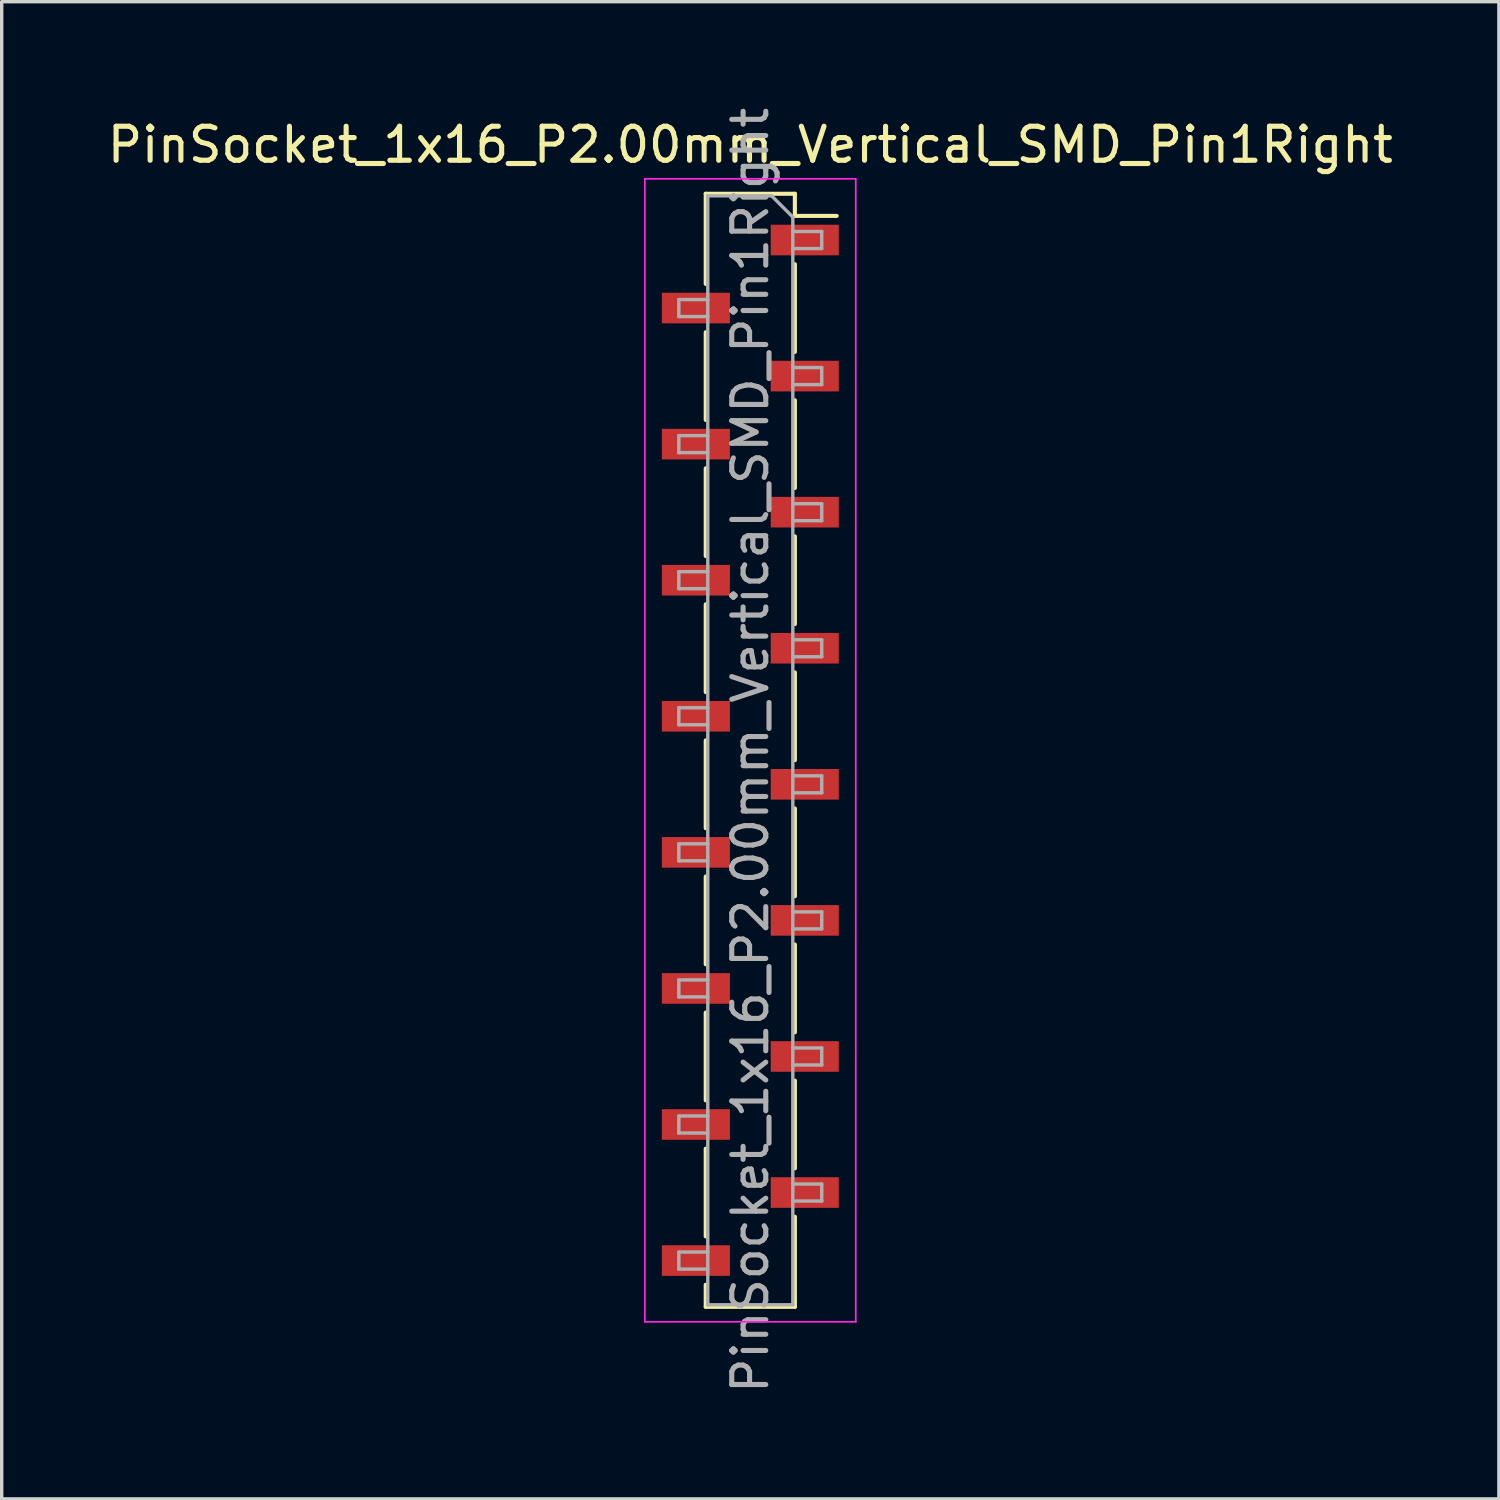
<source format=kicad_pcb>
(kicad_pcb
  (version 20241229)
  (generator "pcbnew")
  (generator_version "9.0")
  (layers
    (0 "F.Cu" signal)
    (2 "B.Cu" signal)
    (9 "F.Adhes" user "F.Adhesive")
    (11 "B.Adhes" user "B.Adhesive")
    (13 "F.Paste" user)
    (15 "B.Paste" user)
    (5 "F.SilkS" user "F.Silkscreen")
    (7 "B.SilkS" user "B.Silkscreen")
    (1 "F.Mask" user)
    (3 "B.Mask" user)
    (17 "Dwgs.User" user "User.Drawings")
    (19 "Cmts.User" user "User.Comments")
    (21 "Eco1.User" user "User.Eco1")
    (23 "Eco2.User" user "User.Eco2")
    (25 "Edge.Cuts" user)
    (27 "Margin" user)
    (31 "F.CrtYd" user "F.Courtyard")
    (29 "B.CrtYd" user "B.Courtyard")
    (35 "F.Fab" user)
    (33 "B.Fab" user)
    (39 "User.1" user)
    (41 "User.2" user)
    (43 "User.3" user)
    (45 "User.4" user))
  (footprint "PinSocket_1x16_P2.00mm_Vertical_SMD_Pin1Right"
    (layer "F.Cu")
    (at 19.006 19.006)
    (property "Reference" "PinSocket_1x16_P2.00mm_Vertical_SMD_Pin1Right" (at 0 -17.8 0) (layer "F.SilkS") (effects (font (size 1 1) (thickness 0.15))))
    (attr smd)
    (fp_line (start -1.31 -16.36) (end -1.31 -13.71) (stroke (width 0.12) (type solid)) (layer "F.SilkS"))
    (fp_line (start -1.31 -16.36) (end 1.31 -16.36) (stroke (width 0.12) (type solid)) (layer "F.SilkS"))
    (fp_line (start -1.31 -12.29) (end -1.31 -9.71) (stroke (width 0.12) (type solid)) (layer "F.SilkS"))
    (fp_line (start -1.31 -8.29) (end -1.31 -5.71) (stroke (width 0.12) (type solid)) (layer "F.SilkS"))
    (fp_line (start -1.31 -4.29) (end -1.31 -1.71) (stroke (width 0.12) (type solid)) (layer "F.SilkS"))
    (fp_line (start -1.31 -0.29) (end -1.31 2.29) (stroke (width 0.12) (type solid)) (layer "F.SilkS"))
    (fp_line (start -1.31 3.71) (end -1.31 6.29) (stroke (width 0.12) (type solid)) (layer "F.SilkS"))
    (fp_line (start -1.31 7.71) (end -1.31 10.29) (stroke (width 0.12) (type solid)) (layer "F.SilkS"))
    (fp_line (start -1.31 11.71) (end -1.31 14.29) (stroke (width 0.12) (type solid)) (layer "F.SilkS"))
    (fp_line (start -1.31 15.71) (end -1.31 16.36) (stroke (width 0.12) (type solid)) (layer "F.SilkS"))
    (fp_line (start -1.31 16.36) (end 1.31 16.36) (stroke (width 0.12) (type solid)) (layer "F.SilkS"))
    (fp_line (start 1.31 -16.36) (end 1.31 -15.71) (stroke (width 0.12) (type solid)) (layer "F.SilkS"))
    (fp_line (start 1.31 -15.71) (end 2.54 -15.71) (stroke (width 0.12) (type solid)) (layer "F.SilkS"))
    (fp_line (start 1.31 -14.29) (end 1.31 -11.71) (stroke (width 0.12) (type solid)) (layer "F.SilkS"))
    (fp_line (start 1.31 -10.29) (end 1.31 -7.71) (stroke (width 0.12) (type solid)) (layer "F.SilkS"))
    (fp_line (start 1.31 -6.29) (end 1.31 -3.71) (stroke (width 0.12) (type solid)) (layer "F.SilkS"))
    (fp_line (start 1.31 -2.29) (end 1.31 0.29) (stroke (width 0.12) (type solid)) (layer "F.SilkS"))
    (fp_line (start 1.31 1.71) (end 1.31 4.29) (stroke (width 0.12) (type solid)) (layer "F.SilkS"))
    (fp_line (start 1.31 5.71) (end 1.31 8.29) (stroke (width 0.12) (type solid)) (layer "F.SilkS"))
    (fp_line (start 1.31 9.71) (end 1.31 12.29) (stroke (width 0.12) (type solid)) (layer "F.SilkS"))
    (fp_line (start 1.31 13.71) (end 1.31 16.36) (stroke (width 0.12) (type solid)) (layer "F.SilkS"))
    (fp_line (start -3.1 -16.8) (end 3.1 -16.8) (stroke (width 0.05) (type solid)) (layer "F.CrtYd"))
    (fp_line (start -3.1 16.8) (end -3.1 -16.8) (stroke (width 0.05) (type solid)) (layer "F.CrtYd"))
    (fp_line (start 3.1 -16.8) (end 3.1 16.8) (stroke (width 0.05) (type solid)) (layer "F.CrtYd"))
    (fp_line (start 3.1 16.8) (end -3.1 16.8) (stroke (width 0.05) (type solid)) (layer "F.CrtYd"))
    (fp_line (start -2.1 -13.25) (end -1.25 -13.25) (stroke (width 0.1) (type solid)) (layer "F.Fab"))
    (fp_line (start -2.1 -12.75) (end -2.1 -13.25) (stroke (width 0.1) (type solid)) (layer "F.Fab"))
    (fp_line (start -2.1 -9.25) (end -1.25 -9.25) (stroke (width 0.1) (type solid)) (layer "F.Fab"))
    (fp_line (start -2.1 -8.75) (end -2.1 -9.25) (stroke (width 0.1) (type solid)) (layer "F.Fab"))
    (fp_line (start -2.1 -5.25) (end -1.25 -5.25) (stroke (width 0.1) (type solid)) (layer "F.Fab"))
    (fp_line (start -2.1 -4.75) (end -2.1 -5.25) (stroke (width 0.1) (type solid)) (layer "F.Fab"))
    (fp_line (start -2.1 -1.25) (end -1.25 -1.25) (stroke (width 0.1) (type solid)) (layer "F.Fab"))
    (fp_line (start -2.1 -0.75) (end -2.1 -1.25) (stroke (width 0.1) (type solid)) (layer "F.Fab"))
    (fp_line (start -2.1 2.75) (end -1.25 2.75) (stroke (width 0.1) (type solid)) (layer "F.Fab"))
    (fp_line (start -2.1 3.25) (end -2.1 2.75) (stroke (width 0.1) (type solid)) (layer "F.Fab"))
    (fp_line (start -2.1 6.75) (end -1.25 6.75) (stroke (width 0.1) (type solid)) (layer "F.Fab"))
    (fp_line (start -2.1 7.25) (end -2.1 6.75) (stroke (width 0.1) (type solid)) (layer "F.Fab"))
    (fp_line (start -2.1 10.75) (end -1.25 10.75) (stroke (width 0.1) (type solid)) (layer "F.Fab"))
    (fp_line (start -2.1 11.25) (end -2.1 10.75) (stroke (width 0.1) (type solid)) (layer "F.Fab"))
    (fp_line (start -2.1 14.75) (end -1.25 14.75) (stroke (width 0.1) (type solid)) (layer "F.Fab"))
    (fp_line (start -2.1 15.25) (end -2.1 14.75) (stroke (width 0.1) (type solid)) (layer "F.Fab"))
    (fp_line (start -1.25 -16.3) (end 0.625 -16.3) (stroke (width 0.1) (type solid)) (layer "F.Fab"))
    (fp_line (start -1.25 -12.75) (end -2.1 -12.75) (stroke (width 0.1) (type solid)) (layer "F.Fab"))
    (fp_line (start -1.25 -8.75) (end -2.1 -8.75) (stroke (width 0.1) (type solid)) (layer "F.Fab"))
    (fp_line (start -1.25 -4.75) (end -2.1 -4.75) (stroke (width 0.1) (type solid)) (layer "F.Fab"))
    (fp_line (start -1.25 -0.75) (end -2.1 -0.75) (stroke (width 0.1) (type solid)) (layer "F.Fab"))
    (fp_line (start -1.25 3.25) (end -2.1 3.25) (stroke (width 0.1) (type solid)) (layer "F.Fab"))
    (fp_line (start -1.25 7.25) (end -2.1 7.25) (stroke (width 0.1) (type solid)) (layer "F.Fab"))
    (fp_line (start -1.25 11.25) (end -2.1 11.25) (stroke (width 0.1) (type solid)) (layer "F.Fab"))
    (fp_line (start -1.25 15.25) (end -2.1 15.25) (stroke (width 0.1) (type solid)) (layer "F.Fab"))
    (fp_line (start -1.25 16.3) (end -1.25 -16.3) (stroke (width 0.1) (type solid)) (layer "F.Fab"))
    (fp_line (start 0.625 -16.3) (end 1.25 -15.675) (stroke (width 0.1) (type solid)) (layer "F.Fab"))
    (fp_line (start 1.25 -15.675) (end 1.25 16.3) (stroke (width 0.1) (type solid)) (layer "F.Fab"))
    (fp_line (start 1.25 -15.25) (end 2.1 -15.25) (stroke (width 0.1) (type solid)) (layer "F.Fab"))
    (fp_line (start 1.25 -11.25) (end 2.1 -11.25) (stroke (width 0.1) (type solid)) (layer "F.Fab"))
    (fp_line (start 1.25 -7.25) (end 2.1 -7.25) (stroke (width 0.1) (type solid)) (layer "F.Fab"))
    (fp_line (start 1.25 -3.25) (end 2.1 -3.25) (stroke (width 0.1) (type solid)) (layer "F.Fab"))
    (fp_line (start 1.25 0.75) (end 2.1 0.75) (stroke (width 0.1) (type solid)) (layer "F.Fab"))
    (fp_line (start 1.25 4.75) (end 2.1 4.75) (stroke (width 0.1) (type solid)) (layer "F.Fab"))
    (fp_line (start 1.25 8.75) (end 2.1 8.75) (stroke (width 0.1) (type solid)) (layer "F.Fab"))
    (fp_line (start 1.25 12.75) (end 2.1 12.75) (stroke (width 0.1) (type solid)) (layer "F.Fab"))
    (fp_line (start 1.25 16.3) (end -1.25 16.3) (stroke (width 0.1) (type solid)) (layer "F.Fab"))
    (fp_line (start 2.1 -15.25) (end 2.1 -14.75) (stroke (width 0.1) (type solid)) (layer "F.Fab"))
    (fp_line (start 2.1 -14.75) (end 1.25 -14.75) (stroke (width 0.1) (type solid)) (layer "F.Fab"))
    (fp_line (start 2.1 -11.25) (end 2.1 -10.75) (stroke (width 0.1) (type solid)) (layer "F.Fab"))
    (fp_line (start 2.1 -10.75) (end 1.25 -10.75) (stroke (width 0.1) (type solid)) (layer "F.Fab"))
    (fp_line (start 2.1 -7.25) (end 2.1 -6.75) (stroke (width 0.1) (type solid)) (layer "F.Fab"))
    (fp_line (start 2.1 -6.75) (end 1.25 -6.75) (stroke (width 0.1) (type solid)) (layer "F.Fab"))
    (fp_line (start 2.1 -3.25) (end 2.1 -2.75) (stroke (width 0.1) (type solid)) (layer "F.Fab"))
    (fp_line (start 2.1 -2.75) (end 1.25 -2.75) (stroke (width 0.1) (type solid)) (layer "F.Fab"))
    (fp_line (start 2.1 0.75) (end 2.1 1.25) (stroke (width 0.1) (type solid)) (layer "F.Fab"))
    (fp_line (start 2.1 1.25) (end 1.25 1.25) (stroke (width 0.1) (type solid)) (layer "F.Fab"))
    (fp_line (start 2.1 4.75) (end 2.1 5.25) (stroke (width 0.1) (type solid)) (layer "F.Fab"))
    (fp_line (start 2.1 5.25) (end 1.25 5.25) (stroke (width 0.1) (type solid)) (layer "F.Fab"))
    (fp_line (start 2.1 8.75) (end 2.1 9.25) (stroke (width 0.1) (type solid)) (layer "F.Fab"))
    (fp_line (start 2.1 9.25) (end 1.25 9.25) (stroke (width 0.1) (type solid)) (layer "F.Fab"))
    (fp_line (start 2.1 12.75) (end 2.1 13.25) (stroke (width 0.1) (type solid)) (layer "F.Fab"))
    (fp_line (start 2.1 13.25) (end 1.25 13.25) (stroke (width 0.1) (type solid)) (layer "F.Fab"))
    (fp_text user "${REFERENCE}" (at 0 0 90) (layer "F.Fab") (effects (font (size 1 1) (thickness 0.15))))
    (pad "1" smd rect (at 1.6 -15) (size 2 0.9) (layers "F.Cu" "F.Mask" "F.Paste"))
    (pad "2" smd rect (at -1.6 -13) (size 2 0.9) (layers "F.Cu" "F.Mask" "F.Paste"))
    (pad "3" smd rect (at 1.6 -11) (size 2 0.9) (layers "F.Cu" "F.Mask" "F.Paste"))
    (pad "4" smd rect (at -1.6 -9) (size 2 0.9) (layers "F.Cu" "F.Mask" "F.Paste"))
    (pad "5" smd rect (at 1.6 -7) (size 2 0.9) (layers "F.Cu" "F.Mask" "F.Paste"))
    (pad "6" smd rect (at -1.6 -5) (size 2 0.9) (layers "F.Cu" "F.Mask" "F.Paste"))
    (pad "7" smd rect (at 1.6 -3) (size 2 0.9) (layers "F.Cu" "F.Mask" "F.Paste"))
    (pad "8" smd rect (at -1.6 -1) (size 2 0.9) (layers "F.Cu" "F.Mask" "F.Paste"))
    (pad "9" smd rect (at 1.6 1) (size 2 0.9) (layers "F.Cu" "F.Mask" "F.Paste"))
    (pad "10" smd rect (at -1.6 3) (size 2 0.9) (layers "F.Cu" "F.Mask" "F.Paste"))
    (pad "11" smd rect (at 1.6 5) (size 2 0.9) (layers "F.Cu" "F.Mask" "F.Paste"))
    (pad "12" smd rect (at -1.6 7) (size 2 0.9) (layers "F.Cu" "F.Mask" "F.Paste"))
    (pad "13" smd rect (at 1.6 9) (size 2 0.9) (layers "F.Cu" "F.Mask" "F.Paste"))
    (pad "14" smd rect (at -1.6 11) (size 2 0.9) (layers "F.Cu" "F.Mask" "F.Paste"))
    (pad "15" smd rect (at 1.6 13) (size 2 0.9) (layers "F.Cu" "F.Mask" "F.Paste"))
    (pad "16" smd rect (at -1.6 15) (size 2 0.9) (layers "F.Cu" "F.Mask" "F.Paste")))
  (gr_rect
    (start -3 -3)
    (end 41.012 41.012)
    (stroke (width 0.1) (type default))
    (fill no)
    (layer "Edge.Cuts")))
</source>
